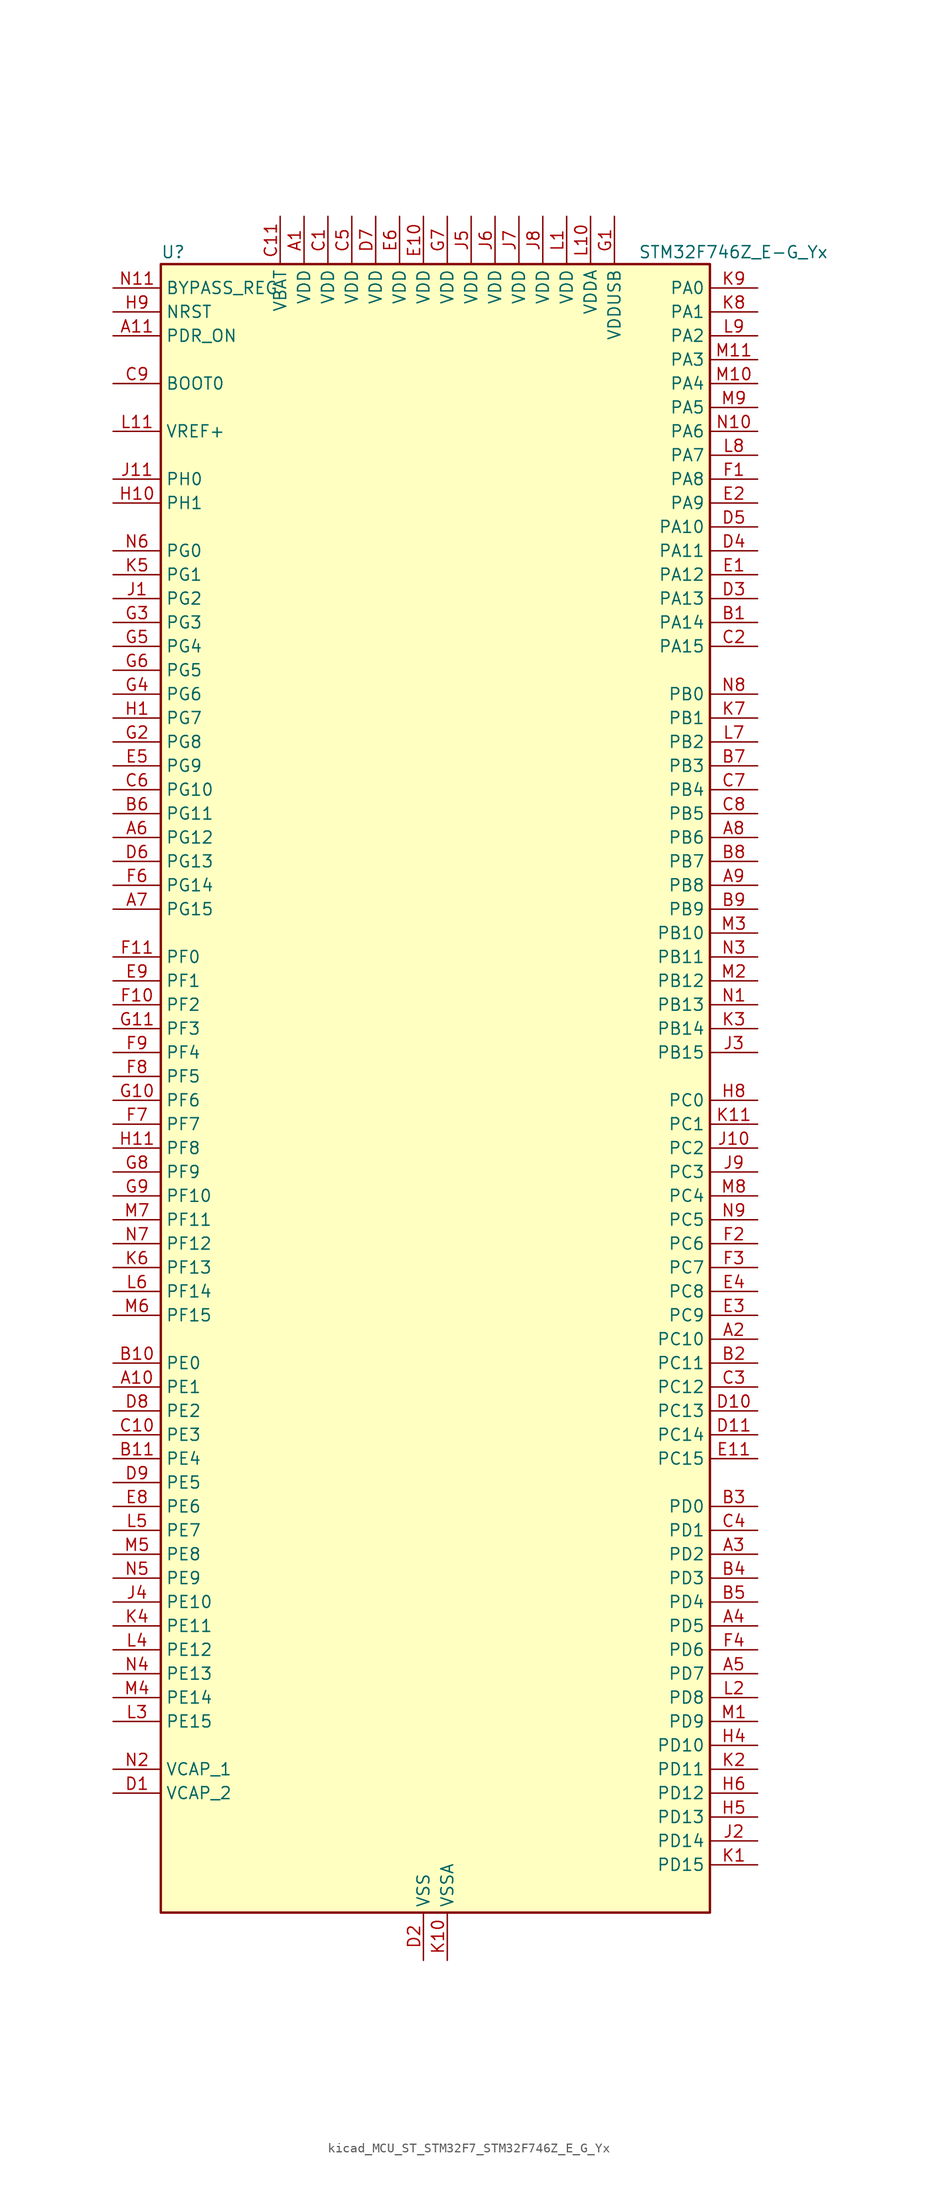
<source format=kicad_sym>
(kicad_symbol_lib
  (version 20220914)
  (generator kicad_symbol_editor)
  (symbol "kicad_MCU_ST_STM32F7_STM32F746Z_E_G_Yx"
    (property "Reference" "U"
      (at -27.94 90.17 0)
      (effects (font (size 1.27 1.27)) (justify left)))
    (property "Value" "STM32F746Z_E-G_Yx"
      (at 22.86 90.17 0)
      (effects (font (size 1.27 1.27)) (justify left)))
    (property "ki_locked" ""
      (at 0 0 0)
      (effects (font (size 1.27 1.27))))
    (symbol "kicad_MCU_ST_STM32F7_STM32F746Z_E_G_Yx_0_1"
      (rectangle (start -27.94 -86.36) (end 30.48 88.9) (stroke (width 0.254) (type default)) (fill (type background))))
    (symbol "kicad_MCU_ST_STM32F7_STM32F746Z_E_G_Yx_1_1"
      (pin power_in line (at -12.7 93.98 270) (length 5.08) (name "VDD" (effects (font (size 1.27 1.27)))) (number "A1" (effects (font (size 1.27 1.27)))))
      (pin bidirectional line (at -33.02 -30.48 0) (length 5.08) (name "PE1" (effects (font (size 1.27 1.27)))) (number "A10" (effects (font (size 1.27 1.27)))) (alternate "DCMI_D3" bidirectional line) (alternate "FMC_NBL1" bidirectional line) (alternate "LPTIM1_IN2" bidirectional line) (alternate "UART8_TX" bidirectional line))
      (pin input line (at -33.02 81.28 0) (length 5.08) (name "PDR_ON" (effects (font (size 1.27 1.27)))) (number "A11" (effects (font (size 1.27 1.27)))))
      (pin bidirectional line (at 35.56 -25.4 180) (length 5.08) (name "PC10" (effects (font (size 1.27 1.27)))) (number "A2" (effects (font (size 1.27 1.27)))) (alternate "DCMI_D8" bidirectional line) (alternate "I2S3_CK" bidirectional line) (alternate "LTDC_R2" bidirectional line) (alternate "QUADSPI_BK1_IO1" bidirectional line) (alternate "SDMMC1_D2" bidirectional line) (alternate "SPI3_SCK" bidirectional line) (alternate "UART4_TX" bidirectional line) (alternate "USART3_TX" bidirectional line))
      (pin bidirectional line (at 35.56 -48.26 180) (length 5.08) (name "PD2" (effects (font (size 1.27 1.27)))) (number "A3" (effects (font (size 1.27 1.27)))) (alternate "DCMI_D11" bidirectional line) (alternate "SDMMC1_CMD" bidirectional line) (alternate "SYS_TRACED2" bidirectional line) (alternate "TIM3_ETR" bidirectional line) (alternate "UART5_RX" bidirectional line))
      (pin bidirectional line (at 35.56 -55.88 180) (length 5.08) (name "PD5" (effects (font (size 1.27 1.27)))) (number "A4" (effects (font (size 1.27 1.27)))) (alternate "FMC_NWE" bidirectional line) (alternate "USART2_TX" bidirectional line))
      (pin bidirectional line (at 35.56 -60.96 180) (length 5.08) (name "PD7" (effects (font (size 1.27 1.27)))) (number "A5" (effects (font (size 1.27 1.27)))) (alternate "FMC_NE1" bidirectional line) (alternate "SPDIFRX_IN0" bidirectional line) (alternate "USART2_CK" bidirectional line))
      (pin bidirectional line (at -33.02 27.94 0) (length 5.08) (name "PG12" (effects (font (size 1.27 1.27)))) (number "A6" (effects (font (size 1.27 1.27)))) (alternate "FMC_NE4" bidirectional line) (alternate "LPTIM1_IN1" bidirectional line) (alternate "LTDC_B1" bidirectional line) (alternate "LTDC_B4" bidirectional line) (alternate "SPDIFRX_IN1" bidirectional line) (alternate "SPI6_MISO" bidirectional line) (alternate "USART6_DE" bidirectional line) (alternate "USART6_RTS" bidirectional line))
      (pin bidirectional line (at -33.02 20.32 0) (length 5.08) (name "PG15" (effects (font (size 1.27 1.27)))) (number "A7" (effects (font (size 1.27 1.27)))) (alternate "DCMI_D13" bidirectional line) (alternate "FMC_SDNCAS" bidirectional line) (alternate "USART6_CTS" bidirectional line))
      (pin bidirectional line (at 35.56 27.94 180) (length 5.08) (name "PB6" (effects (font (size 1.27 1.27)))) (number "A8" (effects (font (size 1.27 1.27)))) (alternate "CAN2_TX" bidirectional line) (alternate "CEC" bidirectional line) (alternate "DCMI_D5" bidirectional line) (alternate "FMC_SDNE1" bidirectional line) (alternate "I2C1_SCL" bidirectional line) (alternate "QUADSPI_BK1_NCS" bidirectional line) (alternate "TIM4_CH1" bidirectional line) (alternate "USART1_TX" bidirectional line))
      (pin bidirectional line (at 35.56 22.86 180) (length 5.08) (name "PB8" (effects (font (size 1.27 1.27)))) (number "A9" (effects (font (size 1.27 1.27)))) (alternate "CAN1_RX" bidirectional line) (alternate "DCMI_D6" bidirectional line) (alternate "ETH_TXD3" bidirectional line) (alternate "I2C1_SCL" bidirectional line) (alternate "LTDC_B6" bidirectional line) (alternate "SDMMC1_D4" bidirectional line) (alternate "TIM10_CH1" bidirectional line) (alternate "TIM4_CH3" bidirectional line))
      (pin bidirectional line (at 35.56 50.8 180) (length 5.08) (name "PA14" (effects (font (size 1.27 1.27)))) (number "B1" (effects (font (size 1.27 1.27)))) (alternate "SYS_JTCK-SWCLK" bidirectional line))
      (pin bidirectional line (at -33.02 -27.94 0) (length 5.08) (name "PE0" (effects (font (size 1.27 1.27)))) (number "B10" (effects (font (size 1.27 1.27)))) (alternate "DCMI_D2" bidirectional line) (alternate "FMC_NBL0" bidirectional line) (alternate "LPTIM1_ETR" bidirectional line) (alternate "SAI2_MCLK_A" bidirectional line) (alternate "TIM4_ETR" bidirectional line) (alternate "UART8_RX" bidirectional line))
      (pin bidirectional line (at -33.02 -38.1 0) (length 5.08) (name "PE4" (effects (font (size 1.27 1.27)))) (number "B11" (effects (font (size 1.27 1.27)))) (alternate "DCMI_D4" bidirectional line) (alternate "FMC_A20" bidirectional line) (alternate "LTDC_B0" bidirectional line) (alternate "SAI1_FS_A" bidirectional line) (alternate "SPI4_NSS" bidirectional line) (alternate "SYS_TRACED1" bidirectional line))
      (pin bidirectional line (at 35.56 -27.94 180) (length 5.08) (name "PC11" (effects (font (size 1.27 1.27)))) (number "B2" (effects (font (size 1.27 1.27)))) (alternate "ADC1_EXTI11" bidirectional line) (alternate "ADC2_EXTI11" bidirectional line) (alternate "ADC3_EXTI11" bidirectional line) (alternate "DCMI_D4" bidirectional line) (alternate "QUADSPI_BK2_NCS" bidirectional line) (alternate "SDMMC1_D3" bidirectional line) (alternate "SPI3_MISO" bidirectional line) (alternate "UART4_RX" bidirectional line) (alternate "USART3_RX" bidirectional line))
      (pin bidirectional line (at 35.56 -43.18 180) (length 5.08) (name "PD0" (effects (font (size 1.27 1.27)))) (number "B3" (effects (font (size 1.27 1.27)))) (alternate "CAN1_RX" bidirectional line) (alternate "FMC_D2" bidirectional line) (alternate "FMC_DA2" bidirectional line))
      (pin bidirectional line (at 35.56 -50.8 180) (length 5.08) (name "PD3" (effects (font (size 1.27 1.27)))) (number "B4" (effects (font (size 1.27 1.27)))) (alternate "DCMI_D5" bidirectional line) (alternate "FMC_CLK" bidirectional line) (alternate "I2S2_CK" bidirectional line) (alternate "LTDC_G7" bidirectional line) (alternate "SPI2_SCK" bidirectional line) (alternate "USART2_CTS" bidirectional line))
      (pin bidirectional line (at 35.56 -53.34 180) (length 5.08) (name "PD4" (effects (font (size 1.27 1.27)))) (number "B5" (effects (font (size 1.27 1.27)))) (alternate "FMC_NOE" bidirectional line) (alternate "USART2_DE" bidirectional line) (alternate "USART2_RTS" bidirectional line))
      (pin bidirectional line (at -33.02 30.48 0) (length 5.08) (name "PG11" (effects (font (size 1.27 1.27)))) (number "B6" (effects (font (size 1.27 1.27)))) (alternate "ADC1_EXTI11" bidirectional line) (alternate "ADC2_EXTI11" bidirectional line) (alternate "ADC3_EXTI11" bidirectional line) (alternate "DCMI_D3" bidirectional line) (alternate "ETH_TX_EN" bidirectional line) (alternate "LTDC_B3" bidirectional line) (alternate "SPDIFRX_IN0" bidirectional line))
      (pin bidirectional line (at 35.56 35.56 180) (length 5.08) (name "PB3" (effects (font (size 1.27 1.27)))) (number "B7" (effects (font (size 1.27 1.27)))) (alternate "I2S1_CK" bidirectional line) (alternate "I2S3_CK" bidirectional line) (alternate "SPI1_SCK" bidirectional line) (alternate "SPI3_SCK" bidirectional line) (alternate "SYS_JTDO-SWO" bidirectional line) (alternate "TIM2_CH2" bidirectional line))
      (pin bidirectional line (at 35.56 25.4 180) (length 5.08) (name "PB7" (effects (font (size 1.27 1.27)))) (number "B8" (effects (font (size 1.27 1.27)))) (alternate "DCMI_VSYNC" bidirectional line) (alternate "FMC_NL" bidirectional line) (alternate "I2C1_SDA" bidirectional line) (alternate "TIM4_CH2" bidirectional line) (alternate "USART1_RX" bidirectional line))
      (pin bidirectional line (at 35.56 20.32 180) (length 5.08) (name "PB9" (effects (font (size 1.27 1.27)))) (number "B9" (effects (font (size 1.27 1.27)))) (alternate "CAN1_TX" bidirectional line) (alternate "DAC_EXTI9" bidirectional line) (alternate "DCMI_D7" bidirectional line) (alternate "I2C1_SDA" bidirectional line) (alternate "I2S2_WS" bidirectional line) (alternate "LTDC_B7" bidirectional line) (alternate "SDMMC1_D5" bidirectional line) (alternate "SPI2_NSS" bidirectional line) (alternate "TIM11_CH1" bidirectional line) (alternate "TIM4_CH4" bidirectional line))
      (pin power_in line (at -10.16 93.98 270) (length 5.08) (name "VDD" (effects (font (size 1.27 1.27)))) (number "C1" (effects (font (size 1.27 1.27)))))
      (pin bidirectional line (at -33.02 -35.56 0) (length 5.08) (name "PE3" (effects (font (size 1.27 1.27)))) (number "C10" (effects (font (size 1.27 1.27)))) (alternate "FMC_A19" bidirectional line) (alternate "SAI1_SD_B" bidirectional line) (alternate "SYS_TRACED0" bidirectional line))
      (pin power_in line (at -15.24 93.98 270) (length 5.08) (name "VBAT" (effects (font (size 1.27 1.27)))) (number "C11" (effects (font (size 1.27 1.27)))))
      (pin bidirectional line (at 35.56 48.26 180) (length 5.08) (name "PA15" (effects (font (size 1.27 1.27)))) (number "C2" (effects (font (size 1.27 1.27)))) (alternate "CEC" bidirectional line) (alternate "I2S1_WS" bidirectional line) (alternate "I2S3_WS" bidirectional line) (alternate "SPI1_NSS" bidirectional line) (alternate "SPI3_NSS" bidirectional line) (alternate "SYS_JTDI" bidirectional line) (alternate "TIM2_CH1" bidirectional line) (alternate "TIM2_ETR" bidirectional line) (alternate "UART4_DE" bidirectional line) (alternate "UART4_RTS" bidirectional line))
      (pin bidirectional line (at 35.56 -30.48 180) (length 5.08) (name "PC12" (effects (font (size 1.27 1.27)))) (number "C3" (effects (font (size 1.27 1.27)))) (alternate "DCMI_D9" bidirectional line) (alternate "I2S3_SD" bidirectional line) (alternate "SDMMC1_CK" bidirectional line) (alternate "SPI3_MOSI" bidirectional line) (alternate "SYS_TRACED3" bidirectional line) (alternate "UART5_TX" bidirectional line) (alternate "USART3_CK" bidirectional line))
      (pin bidirectional line (at 35.56 -45.72 180) (length 5.08) (name "PD1" (effects (font (size 1.27 1.27)))) (number "C4" (effects (font (size 1.27 1.27)))) (alternate "CAN1_TX" bidirectional line) (alternate "FMC_D3" bidirectional line) (alternate "FMC_DA3" bidirectional line))
      (pin power_in line (at -7.62 93.98 270) (length 5.08) (name "VDD" (effects (font (size 1.27 1.27)))) (number "C5" (effects (font (size 1.27 1.27)))))
      (pin bidirectional line (at -33.02 33.02 0) (length 5.08) (name "PG10" (effects (font (size 1.27 1.27)))) (number "C6" (effects (font (size 1.27 1.27)))) (alternate "DCMI_D2" bidirectional line) (alternate "FMC_NE3" bidirectional line) (alternate "LTDC_B2" bidirectional line) (alternate "LTDC_G3" bidirectional line) (alternate "SAI2_SD_B" bidirectional line))
      (pin bidirectional line (at 35.56 33.02 180) (length 5.08) (name "PB4" (effects (font (size 1.27 1.27)))) (number "C7" (effects (font (size 1.27 1.27)))) (alternate "I2S2_WS" bidirectional line) (alternate "SPI1_MISO" bidirectional line) (alternate "SPI2_NSS" bidirectional line) (alternate "SPI3_MISO" bidirectional line) (alternate "SYS_JTRST" bidirectional line) (alternate "TIM3_CH1" bidirectional line))
      (pin bidirectional line (at 35.56 30.48 180) (length 5.08) (name "PB5" (effects (font (size 1.27 1.27)))) (number "C8" (effects (font (size 1.27 1.27)))) (alternate "CAN2_RX" bidirectional line) (alternate "DCMI_D10" bidirectional line) (alternate "ETH_PPS_OUT" bidirectional line) (alternate "FMC_SDCKE1" bidirectional line) (alternate "I2C1_SMBA" bidirectional line) (alternate "I2S1_SD" bidirectional line) (alternate "I2S3_SD" bidirectional line) (alternate "SPI1_MOSI" bidirectional line) (alternate "SPI3_MOSI" bidirectional line) (alternate "TIM3_CH2" bidirectional line) (alternate "USB_OTG_HS_ULPI_D7" bidirectional line))
      (pin input line (at -33.02 76.2 0) (length 5.08) (name "BOOT0" (effects (font (size 1.27 1.27)))) (number "C9" (effects (font (size 1.27 1.27)))))
      (pin power_out line (at -33.02 -73.66 0) (length 5.08) (name "VCAP_2" (effects (font (size 1.27 1.27)))) (number "D1" (effects (font (size 1.27 1.27)))))
      (pin bidirectional line (at 35.56 -33.02 180) (length 5.08) (name "PC13" (effects (font (size 1.27 1.27)))) (number "D10" (effects (font (size 1.27 1.27)))) (alternate "RTC_OUT" bidirectional line) (alternate "RTC_TAMP1" bidirectional line) (alternate "RTC_TS" bidirectional line) (alternate "SYS_WKUP4" bidirectional line))
      (pin bidirectional line (at 35.56 -35.56 180) (length 5.08) (name "PC14" (effects (font (size 1.27 1.27)))) (number "D11" (effects (font (size 1.27 1.27)))) (alternate "RCC_OSC32_IN" bidirectional line))
      (pin power_in line (at 0 -91.44 90) (length 5.08) (name "VSS" (effects (font (size 1.27 1.27)))) (number "D2" (effects (font (size 1.27 1.27)))))
      (pin bidirectional line (at 35.56 53.34 180) (length 5.08) (name "PA13" (effects (font (size 1.27 1.27)))) (number "D3" (effects (font (size 1.27 1.27)))) (alternate "SYS_JTMS-SWDIO" bidirectional line))
      (pin bidirectional line (at 35.56 58.42 180) (length 5.08) (name "PA11" (effects (font (size 1.27 1.27)))) (number "D4" (effects (font (size 1.27 1.27)))) (alternate "ADC1_EXTI11" bidirectional line) (alternate "ADC2_EXTI11" bidirectional line) (alternate "ADC3_EXTI11" bidirectional line) (alternate "CAN1_RX" bidirectional line) (alternate "LTDC_R4" bidirectional line) (alternate "TIM1_CH4" bidirectional line) (alternate "USART1_CTS" bidirectional line) (alternate "USB_OTG_FS_DM" bidirectional line))
      (pin bidirectional line (at 35.56 60.96 180) (length 5.08) (name "PA10" (effects (font (size 1.27 1.27)))) (number "D5" (effects (font (size 1.27 1.27)))) (alternate "DCMI_D1" bidirectional line) (alternate "TIM1_CH3" bidirectional line) (alternate "USART1_RX" bidirectional line) (alternate "USB_OTG_FS_ID" bidirectional line))
      (pin bidirectional line (at -33.02 25.4 0) (length 5.08) (name "PG13" (effects (font (size 1.27 1.27)))) (number "D6" (effects (font (size 1.27 1.27)))) (alternate "ETH_TXD0" bidirectional line) (alternate "FMC_A24" bidirectional line) (alternate "LPTIM1_OUT" bidirectional line) (alternate "LTDC_R0" bidirectional line) (alternate "SPI6_SCK" bidirectional line) (alternate "SYS_TRACED0" bidirectional line) (alternate "USART6_CTS" bidirectional line))
      (pin power_in line (at -5.08 93.98 270) (length 5.08) (name "VDD" (effects (font (size 1.27 1.27)))) (number "D7" (effects (font (size 1.27 1.27)))))
      (pin bidirectional line (at -33.02 -33.02 0) (length 5.08) (name "PE2" (effects (font (size 1.27 1.27)))) (number "D8" (effects (font (size 1.27 1.27)))) (alternate "ETH_TXD3" bidirectional line) (alternate "FMC_A23" bidirectional line) (alternate "QUADSPI_BK1_IO2" bidirectional line) (alternate "SAI1_MCLK_A" bidirectional line) (alternate "SPI4_SCK" bidirectional line) (alternate "SYS_TRACECLK" bidirectional line))
      (pin bidirectional line (at -33.02 -40.64 0) (length 5.08) (name "PE5" (effects (font (size 1.27 1.27)))) (number "D9" (effects (font (size 1.27 1.27)))) (alternate "DCMI_D6" bidirectional line) (alternate "FMC_A21" bidirectional line) (alternate "LTDC_G0" bidirectional line) (alternate "SAI1_SCK_A" bidirectional line) (alternate "SPI4_MISO" bidirectional line) (alternate "SYS_TRACED2" bidirectional line) (alternate "TIM9_CH1" bidirectional line))
      (pin bidirectional line (at 35.56 55.88 180) (length 5.08) (name "PA12" (effects (font (size 1.27 1.27)))) (number "E1" (effects (font (size 1.27 1.27)))) (alternate "CAN1_TX" bidirectional line) (alternate "LTDC_R5" bidirectional line) (alternate "SAI2_FS_B" bidirectional line) (alternate "TIM1_ETR" bidirectional line) (alternate "USART1_DE" bidirectional line) (alternate "USART1_RTS" bidirectional line) (alternate "USB_OTG_FS_DP" bidirectional line))
      (pin power_in line (at 0 93.98 270) (length 5.08) (name "VDD" (effects (font (size 1.27 1.27)))) (number "E10" (effects (font (size 1.27 1.27)))))
      (pin bidirectional line (at 35.56 -38.1 180) (length 5.08) (name "PC15" (effects (font (size 1.27 1.27)))) (number "E11" (effects (font (size 1.27 1.27)))) (alternate "RCC_OSC32_OUT" bidirectional line))
      (pin bidirectional line (at 35.56 63.5 180) (length 5.08) (name "PA9" (effects (font (size 1.27 1.27)))) (number "E2" (effects (font (size 1.27 1.27)))) (alternate "DAC_EXTI9" bidirectional line) (alternate "DCMI_D0" bidirectional line) (alternate "I2C3_SMBA" bidirectional line) (alternate "I2S2_CK" bidirectional line) (alternate "SPI2_SCK" bidirectional line) (alternate "TIM1_CH2" bidirectional line) (alternate "USART1_TX" bidirectional line) (alternate "USB_OTG_FS_VBUS" bidirectional line))
      (pin bidirectional line (at 35.56 -22.86 180) (length 5.08) (name "PC9" (effects (font (size 1.27 1.27)))) (number "E3" (effects (font (size 1.27 1.27)))) (alternate "DAC_EXTI9" bidirectional line) (alternate "DCMI_D3" bidirectional line) (alternate "I2C3_SDA" bidirectional line) (alternate "I2S_CKIN" bidirectional line) (alternate "QUADSPI_BK1_IO0" bidirectional line) (alternate "RCC_MCO_2" bidirectional line) (alternate "SDMMC1_D1" bidirectional line) (alternate "TIM3_CH4" bidirectional line) (alternate "TIM8_CH4" bidirectional line) (alternate "UART5_CTS" bidirectional line))
      (pin bidirectional line (at 35.56 -20.32 180) (length 5.08) (name "PC8" (effects (font (size 1.27 1.27)))) (number "E4" (effects (font (size 1.27 1.27)))) (alternate "DCMI_D2" bidirectional line) (alternate "SDMMC1_D0" bidirectional line) (alternate "SYS_TRACED1" bidirectional line) (alternate "TIM3_CH3" bidirectional line) (alternate "TIM8_CH3" bidirectional line) (alternate "UART5_DE" bidirectional line) (alternate "UART5_RTS" bidirectional line) (alternate "USART6_CK" bidirectional line))
      (pin bidirectional line (at -33.02 35.56 0) (length 5.08) (name "PG9" (effects (font (size 1.27 1.27)))) (number "E5" (effects (font (size 1.27 1.27)))) (alternate "DAC_EXTI9" bidirectional line) (alternate "DCMI_VSYNC" bidirectional line) (alternate "FMC_NCE" bidirectional line) (alternate "FMC_NE2" bidirectional line) (alternate "QUADSPI_BK2_IO2" bidirectional line) (alternate "SAI2_FS_B" bidirectional line) (alternate "SPDIFRX_IN3" bidirectional line) (alternate "USART6_RX" bidirectional line))
      (pin power_in line (at -2.54 93.98 270) (length 5.08) (name "VDD" (effects (font (size 1.27 1.27)))) (number "E6" (effects (font (size 1.27 1.27)))))
      (pin passive line (at 0 -91.44 90) (length 5.08) hide (name "VSS" (effects (font (size 1.27 1.27)))) (number "E7" (effects (font (size 1.27 1.27)))))
      (pin bidirectional line (at -33.02 -43.18 0) (length 5.08) (name "PE6" (effects (font (size 1.27 1.27)))) (number "E8" (effects (font (size 1.27 1.27)))) (alternate "DCMI_D7" bidirectional line) (alternate "FMC_A22" bidirectional line) (alternate "LTDC_G1" bidirectional line) (alternate "SAI1_SD_A" bidirectional line) (alternate "SAI2_MCLK_B" bidirectional line) (alternate "SPI4_MOSI" bidirectional line) (alternate "SYS_TRACED3" bidirectional line) (alternate "TIM1_BKIN2" bidirectional line) (alternate "TIM9_CH2" bidirectional line))
      (pin bidirectional line (at -33.02 12.7 0) (length 5.08) (name "PF1" (effects (font (size 1.27 1.27)))) (number "E9" (effects (font (size 1.27 1.27)))) (alternate "FMC_A1" bidirectional line) (alternate "I2C2_SCL" bidirectional line))
      (pin bidirectional line (at 35.56 66.04 180) (length 5.08) (name "PA8" (effects (font (size 1.27 1.27)))) (number "F1" (effects (font (size 1.27 1.27)))) (alternate "I2C3_SCL" bidirectional line) (alternate "LTDC_R6" bidirectional line) (alternate "RCC_MCO_1" bidirectional line) (alternate "TIM1_CH1" bidirectional line) (alternate "TIM8_BKIN2" bidirectional line) (alternate "USART1_CK" bidirectional line) (alternate "USB_OTG_FS_SOF" bidirectional line))
      (pin bidirectional line (at -33.02 10.16 0) (length 5.08) (name "PF2" (effects (font (size 1.27 1.27)))) (number "F10" (effects (font (size 1.27 1.27)))) (alternate "FMC_A2" bidirectional line) (alternate "I2C2_SMBA" bidirectional line))
      (pin bidirectional line (at -33.02 15.24 0) (length 5.08) (name "PF0" (effects (font (size 1.27 1.27)))) (number "F11" (effects (font (size 1.27 1.27)))) (alternate "FMC_A0" bidirectional line) (alternate "I2C2_SDA" bidirectional line))
      (pin bidirectional line (at 35.56 -15.24 180) (length 5.08) (name "PC6" (effects (font (size 1.27 1.27)))) (number "F2" (effects (font (size 1.27 1.27)))) (alternate "DCMI_D0" bidirectional line) (alternate "I2S2_MCK" bidirectional line) (alternate "LTDC_HSYNC" bidirectional line) (alternate "SDMMC1_D6" bidirectional line) (alternate "TIM3_CH1" bidirectional line) (alternate "TIM8_CH1" bidirectional line) (alternate "USART6_TX" bidirectional line))
      (pin bidirectional line (at 35.56 -17.78 180) (length 5.08) (name "PC7" (effects (font (size 1.27 1.27)))) (number "F3" (effects (font (size 1.27 1.27)))) (alternate "DCMI_D1" bidirectional line) (alternate "I2S3_MCK" bidirectional line) (alternate "LTDC_G6" bidirectional line) (alternate "SDMMC1_D7" bidirectional line) (alternate "TIM3_CH2" bidirectional line) (alternate "TIM8_CH2" bidirectional line) (alternate "USART6_RX" bidirectional line))
      (pin bidirectional line (at 35.56 -58.42 180) (length 5.08) (name "PD6" (effects (font (size 1.27 1.27)))) (number "F4" (effects (font (size 1.27 1.27)))) (alternate "DCMI_D10" bidirectional line) (alternate "FMC_NWAIT" bidirectional line) (alternate "I2S3_SD" bidirectional line) (alternate "LTDC_B2" bidirectional line) (alternate "SAI1_SD_A" bidirectional line) (alternate "SPI3_MOSI" bidirectional line) (alternate "USART2_RX" bidirectional line))
      (pin passive line (at 0 -91.44 90) (length 5.08) hide (name "VSS" (effects (font (size 1.27 1.27)))) (number "F5" (effects (font (size 1.27 1.27)))))
      (pin bidirectional line (at -33.02 22.86 0) (length 5.08) (name "PG14" (effects (font (size 1.27 1.27)))) (number "F6" (effects (font (size 1.27 1.27)))) (alternate "ETH_TXD1" bidirectional line) (alternate "FMC_A25" bidirectional line) (alternate "LPTIM1_ETR" bidirectional line) (alternate "LTDC_B0" bidirectional line) (alternate "QUADSPI_BK2_IO3" bidirectional line) (alternate "SPI6_MOSI" bidirectional line) (alternate "SYS_TRACED1" bidirectional line) (alternate "USART6_TX" bidirectional line))
      (pin bidirectional line (at -33.02 -2.54 0) (length 5.08) (name "PF7" (effects (font (size 1.27 1.27)))) (number "F7" (effects (font (size 1.27 1.27)))) (alternate "ADC3_IN5" bidirectional line) (alternate "QUADSPI_BK1_IO2" bidirectional line) (alternate "SAI1_MCLK_B" bidirectional line) (alternate "SPI5_SCK" bidirectional line) (alternate "TIM11_CH1" bidirectional line) (alternate "UART7_TX" bidirectional line))
      (pin bidirectional line (at -33.02 2.54 0) (length 5.08) (name "PF5" (effects (font (size 1.27 1.27)))) (number "F8" (effects (font (size 1.27 1.27)))) (alternate "ADC3_IN15" bidirectional line) (alternate "FMC_A5" bidirectional line))
      (pin bidirectional line (at -33.02 5.08 0) (length 5.08) (name "PF4" (effects (font (size 1.27 1.27)))) (number "F9" (effects (font (size 1.27 1.27)))) (alternate "ADC3_IN14" bidirectional line) (alternate "FMC_A4" bidirectional line))
      (pin power_in line (at 20.32 93.98 270) (length 5.08) (name "VDDUSB" (effects (font (size 1.27 1.27)))) (number "G1" (effects (font (size 1.27 1.27)))))
      (pin bidirectional line (at -33.02 0 0) (length 5.08) (name "PF6" (effects (font (size 1.27 1.27)))) (number "G10" (effects (font (size 1.27 1.27)))) (alternate "ADC3_IN4" bidirectional line) (alternate "QUADSPI_BK1_IO3" bidirectional line) (alternate "SAI1_SD_B" bidirectional line) (alternate "SPI5_NSS" bidirectional line) (alternate "TIM10_CH1" bidirectional line) (alternate "UART7_RX" bidirectional line))
      (pin bidirectional line (at -33.02 7.62 0) (length 5.08) (name "PF3" (effects (font (size 1.27 1.27)))) (number "G11" (effects (font (size 1.27 1.27)))) (alternate "ADC3_IN9" bidirectional line) (alternate "FMC_A3" bidirectional line))
      (pin bidirectional line (at -33.02 38.1 0) (length 5.08) (name "PG8" (effects (font (size 1.27 1.27)))) (number "G2" (effects (font (size 1.27 1.27)))) (alternate "ETH_PPS_OUT" bidirectional line) (alternate "FMC_SDCLK" bidirectional line) (alternate "SPDIFRX_IN2" bidirectional line) (alternate "SPI6_NSS" bidirectional line) (alternate "USART6_DE" bidirectional line) (alternate "USART6_RTS" bidirectional line))
      (pin bidirectional line (at -33.02 50.8 0) (length 5.08) (name "PG3" (effects (font (size 1.27 1.27)))) (number "G3" (effects (font (size 1.27 1.27)))) (alternate "FMC_A13" bidirectional line))
      (pin bidirectional line (at -33.02 43.18 0) (length 5.08) (name "PG6" (effects (font (size 1.27 1.27)))) (number "G4" (effects (font (size 1.27 1.27)))) (alternate "DCMI_D12" bidirectional line) (alternate "LTDC_R7" bidirectional line))
      (pin bidirectional line (at -33.02 48.26 0) (length 5.08) (name "PG4" (effects (font (size 1.27 1.27)))) (number "G5" (effects (font (size 1.27 1.27)))) (alternate "FMC_A14" bidirectional line) (alternate "FMC_BA0" bidirectional line))
      (pin bidirectional line (at -33.02 45.72 0) (length 5.08) (name "PG5" (effects (font (size 1.27 1.27)))) (number "G6" (effects (font (size 1.27 1.27)))) (alternate "FMC_A15" bidirectional line) (alternate "FMC_BA1" bidirectional line))
      (pin power_in line (at 2.54 93.98 270) (length 5.08) (name "VDD" (effects (font (size 1.27 1.27)))) (number "G7" (effects (font (size 1.27 1.27)))))
      (pin bidirectional line (at -33.02 -7.62 0) (length 5.08) (name "PF9" (effects (font (size 1.27 1.27)))) (number "G8" (effects (font (size 1.27 1.27)))) (alternate "ADC3_IN7" bidirectional line) (alternate "DAC_EXTI9" bidirectional line) (alternate "QUADSPI_BK1_IO1" bidirectional line) (alternate "SAI1_FS_B" bidirectional line) (alternate "SPI5_MOSI" bidirectional line) (alternate "TIM14_CH1" bidirectional line) (alternate "UART7_CTS" bidirectional line))
      (pin bidirectional line (at -33.02 -10.16 0) (length 5.08) (name "PF10" (effects (font (size 1.27 1.27)))) (number "G9" (effects (font (size 1.27 1.27)))) (alternate "ADC3_IN8" bidirectional line) (alternate "DCMI_D11" bidirectional line) (alternate "LTDC_DE" bidirectional line))
      (pin bidirectional line (at -33.02 40.64 0) (length 5.08) (name "PG7" (effects (font (size 1.27 1.27)))) (number "H1" (effects (font (size 1.27 1.27)))) (alternate "DCMI_D13" bidirectional line) (alternate "FMC_INT" bidirectional line) (alternate "LTDC_CLK" bidirectional line) (alternate "USART6_CK" bidirectional line))
      (pin bidirectional line (at -33.02 63.5 0) (length 5.08) (name "PH1" (effects (font (size 1.27 1.27)))) (number "H10" (effects (font (size 1.27 1.27)))) (alternate "RCC_OSC_OUT" bidirectional line))
      (pin bidirectional line (at -33.02 -5.08 0) (length 5.08) (name "PF8" (effects (font (size 1.27 1.27)))) (number "H11" (effects (font (size 1.27 1.27)))) (alternate "ADC3_IN6" bidirectional line) (alternate "QUADSPI_BK1_IO0" bidirectional line) (alternate "SAI1_SCK_B" bidirectional line) (alternate "SPI5_MISO" bidirectional line) (alternate "TIM13_CH1" bidirectional line) (alternate "UART7_DE" bidirectional line) (alternate "UART7_RTS" bidirectional line))
      (pin passive line (at 0 -91.44 90) (length 5.08) hide (name "VSS" (effects (font (size 1.27 1.27)))) (number "H2" (effects (font (size 1.27 1.27)))))
      (pin passive line (at 0 -91.44 90) (length 5.08) hide (name "VSS" (effects (font (size 1.27 1.27)))) (number "H3" (effects (font (size 1.27 1.27)))))
      (pin bidirectional line (at 35.56 -68.58 180) (length 5.08) (name "PD10" (effects (font (size 1.27 1.27)))) (number "H4" (effects (font (size 1.27 1.27)))) (alternate "FMC_D15" bidirectional line) (alternate "FMC_DA15" bidirectional line) (alternate "LTDC_B3" bidirectional line) (alternate "USART3_CK" bidirectional line))
      (pin bidirectional line (at 35.56 -76.2 180) (length 5.08) (name "PD13" (effects (font (size 1.27 1.27)))) (number "H5" (effects (font (size 1.27 1.27)))) (alternate "FMC_A18" bidirectional line) (alternate "I2C4_SDA" bidirectional line) (alternate "LPTIM1_OUT" bidirectional line) (alternate "QUADSPI_BK1_IO3" bidirectional line) (alternate "SAI2_SCK_A" bidirectional line) (alternate "TIM4_CH2" bidirectional line))
      (pin bidirectional line (at 35.56 -73.66 180) (length 5.08) (name "PD12" (effects (font (size 1.27 1.27)))) (number "H6" (effects (font (size 1.27 1.27)))) (alternate "FMC_A17" bidirectional line) (alternate "FMC_ALE" bidirectional line) (alternate "I2C4_SCL" bidirectional line) (alternate "LPTIM1_IN1" bidirectional line) (alternate "QUADSPI_BK1_IO1" bidirectional line) (alternate "SAI2_FS_A" bidirectional line) (alternate "TIM4_CH1" bidirectional line) (alternate "USART3_DE" bidirectional line) (alternate "USART3_RTS" bidirectional line))
      (pin passive line (at 0 -91.44 90) (length 5.08) hide (name "VSS" (effects (font (size 1.27 1.27)))) (number "H7" (effects (font (size 1.27 1.27)))))
      (pin bidirectional line (at 35.56 0 180) (length 5.08) (name "PC0" (effects (font (size 1.27 1.27)))) (number "H8" (effects (font (size 1.27 1.27)))) (alternate "ADC1_IN10" bidirectional line) (alternate "ADC2_IN10" bidirectional line) (alternate "ADC3_IN10" bidirectional line) (alternate "FMC_SDNWE" bidirectional line) (alternate "LTDC_R5" bidirectional line) (alternate "SAI2_FS_B" bidirectional line) (alternate "USB_OTG_HS_ULPI_STP" bidirectional line))
      (pin input line (at -33.02 83.82 0) (length 5.08) (name "NRST" (effects (font (size 1.27 1.27)))) (number "H9" (effects (font (size 1.27 1.27)))))
      (pin bidirectional line (at -33.02 53.34 0) (length 5.08) (name "PG2" (effects (font (size 1.27 1.27)))) (number "J1" (effects (font (size 1.27 1.27)))) (alternate "FMC_A12" bidirectional line))
      (pin bidirectional line (at 35.56 -5.08 180) (length 5.08) (name "PC2" (effects (font (size 1.27 1.27)))) (number "J10" (effects (font (size 1.27 1.27)))) (alternate "ADC1_IN12" bidirectional line) (alternate "ADC2_IN12" bidirectional line) (alternate "ADC3_IN12" bidirectional line) (alternate "ETH_TXD2" bidirectional line) (alternate "FMC_SDNE0" bidirectional line) (alternate "SPI2_MISO" bidirectional line) (alternate "USB_OTG_HS_ULPI_DIR" bidirectional line))
      (pin bidirectional line (at -33.02 66.04 0) (length 5.08) (name "PH0" (effects (font (size 1.27 1.27)))) (number "J11" (effects (font (size 1.27 1.27)))) (alternate "RCC_OSC_IN" bidirectional line))
      (pin bidirectional line (at 35.56 -78.74 180) (length 5.08) (name "PD14" (effects (font (size 1.27 1.27)))) (number "J2" (effects (font (size 1.27 1.27)))) (alternate "FMC_D0" bidirectional line) (alternate "FMC_DA0" bidirectional line) (alternate "TIM4_CH3" bidirectional line) (alternate "UART8_CTS" bidirectional line))
      (pin bidirectional line (at 35.56 5.08 180) (length 5.08) (name "PB15" (effects (font (size 1.27 1.27)))) (number "J3" (effects (font (size 1.27 1.27)))) (alternate "I2S2_SD" bidirectional line) (alternate "RTC_REFIN" bidirectional line) (alternate "SPI2_MOSI" bidirectional line) (alternate "TIM12_CH2" bidirectional line) (alternate "TIM1_CH3N" bidirectional line) (alternate "TIM8_CH3N" bidirectional line) (alternate "USB_OTG_HS_DP" bidirectional line))
      (pin bidirectional line (at -33.02 -53.34 0) (length 5.08) (name "PE10" (effects (font (size 1.27 1.27)))) (number "J4" (effects (font (size 1.27 1.27)))) (alternate "FMC_D7" bidirectional line) (alternate "FMC_DA7" bidirectional line) (alternate "QUADSPI_BK2_IO3" bidirectional line) (alternate "TIM1_CH2N" bidirectional line) (alternate "UART7_CTS" bidirectional line))
      (pin power_in line (at 5.08 93.98 270) (length 5.08) (name "VDD" (effects (font (size 1.27 1.27)))) (number "J5" (effects (font (size 1.27 1.27)))))
      (pin power_in line (at 7.62 93.98 270) (length 5.08) (name "VDD" (effects (font (size 1.27 1.27)))) (number "J6" (effects (font (size 1.27 1.27)))))
      (pin power_in line (at 10.16 93.98 270) (length 5.08) (name "VDD" (effects (font (size 1.27 1.27)))) (number "J7" (effects (font (size 1.27 1.27)))))
      (pin power_in line (at 12.7 93.98 270) (length 5.08) (name "VDD" (effects (font (size 1.27 1.27)))) (number "J8" (effects (font (size 1.27 1.27)))))
      (pin bidirectional line (at 35.56 -7.62 180) (length 5.08) (name "PC3" (effects (font (size 1.27 1.27)))) (number "J9" (effects (font (size 1.27 1.27)))) (alternate "ADC1_IN13" bidirectional line) (alternate "ADC2_IN13" bidirectional line) (alternate "ADC3_IN13" bidirectional line) (alternate "ETH_TX_CLK" bidirectional line) (alternate "FMC_SDCKE0" bidirectional line) (alternate "I2S2_SD" bidirectional line) (alternate "SPI2_MOSI" bidirectional line) (alternate "USB_OTG_HS_ULPI_NXT" bidirectional line))
      (pin bidirectional line (at 35.56 -81.28 180) (length 5.08) (name "PD15" (effects (font (size 1.27 1.27)))) (number "K1" (effects (font (size 1.27 1.27)))) (alternate "FMC_D1" bidirectional line) (alternate "FMC_DA1" bidirectional line) (alternate "TIM4_CH4" bidirectional line) (alternate "UART8_DE" bidirectional line) (alternate "UART8_RTS" bidirectional line))
      (pin power_in line (at 2.54 -91.44 90) (length 5.08) (name "VSSA" (effects (font (size 1.27 1.27)))) (number "K10" (effects (font (size 1.27 1.27)))))
      (pin bidirectional line (at 35.56 -2.54 180) (length 5.08) (name "PC1" (effects (font (size 1.27 1.27)))) (number "K11" (effects (font (size 1.27 1.27)))) (alternate "ADC1_IN11" bidirectional line) (alternate "ADC2_IN11" bidirectional line) (alternate "ADC3_IN11" bidirectional line) (alternate "ETH_MDC" bidirectional line) (alternate "I2S2_SD" bidirectional line) (alternate "RTC_TAMP3" bidirectional line) (alternate "RTC_TS" bidirectional line) (alternate "SAI1_SD_A" bidirectional line) (alternate "SPI2_MOSI" bidirectional line) (alternate "SYS_TRACED0" bidirectional line) (alternate "SYS_WKUP3" bidirectional line))
      (pin bidirectional line (at 35.56 -71.12 180) (length 5.08) (name "PD11" (effects (font (size 1.27 1.27)))) (number "K2" (effects (font (size 1.27 1.27)))) (alternate "ADC1_EXTI11" bidirectional line) (alternate "ADC2_EXTI11" bidirectional line) (alternate "ADC3_EXTI11" bidirectional line) (alternate "FMC_A16" bidirectional line) (alternate "FMC_CLE" bidirectional line) (alternate "I2C4_SMBA" bidirectional line) (alternate "QUADSPI_BK1_IO0" bidirectional line) (alternate "SAI2_SD_A" bidirectional line) (alternate "USART3_CTS" bidirectional line))
      (pin bidirectional line (at 35.56 7.62 180) (length 5.08) (name "PB14" (effects (font (size 1.27 1.27)))) (number "K3" (effects (font (size 1.27 1.27)))) (alternate "SPI2_MISO" bidirectional line) (alternate "TIM12_CH1" bidirectional line) (alternate "TIM1_CH2N" bidirectional line) (alternate "TIM8_CH2N" bidirectional line) (alternate "USART3_DE" bidirectional line) (alternate "USART3_RTS" bidirectional line) (alternate "USB_OTG_HS_DM" bidirectional line))
      (pin bidirectional line (at -33.02 -55.88 0) (length 5.08) (name "PE11" (effects (font (size 1.27 1.27)))) (number "K4" (effects (font (size 1.27 1.27)))) (alternate "ADC1_EXTI11" bidirectional line) (alternate "ADC2_EXTI11" bidirectional line) (alternate "ADC3_EXTI11" bidirectional line) (alternate "FMC_D8" bidirectional line) (alternate "FMC_DA8" bidirectional line) (alternate "LTDC_G3" bidirectional line) (alternate "SAI2_SD_B" bidirectional line) (alternate "SPI4_NSS" bidirectional line) (alternate "TIM1_CH2" bidirectional line))
      (pin bidirectional line (at -33.02 55.88 0) (length 5.08) (name "PG1" (effects (font (size 1.27 1.27)))) (number "K5" (effects (font (size 1.27 1.27)))) (alternate "FMC_A11" bidirectional line))
      (pin bidirectional line (at -33.02 -17.78 0) (length 5.08) (name "PF13" (effects (font (size 1.27 1.27)))) (number "K6" (effects (font (size 1.27 1.27)))) (alternate "FMC_A7" bidirectional line) (alternate "I2C4_SMBA" bidirectional line))
      (pin bidirectional line (at 35.56 40.64 180) (length 5.08) (name "PB1" (effects (font (size 1.27 1.27)))) (number "K7" (effects (font (size 1.27 1.27)))) (alternate "ADC1_IN9" bidirectional line) (alternate "ADC2_IN9" bidirectional line) (alternate "ETH_RXD3" bidirectional line) (alternate "LTDC_R6" bidirectional line) (alternate "TIM1_CH3N" bidirectional line) (alternate "TIM3_CH4" bidirectional line) (alternate "TIM8_CH3N" bidirectional line) (alternate "USB_OTG_HS_ULPI_D2" bidirectional line))
      (pin bidirectional line (at 35.56 83.82 180) (length 5.08) (name "PA1" (effects (font (size 1.27 1.27)))) (number "K8" (effects (font (size 1.27 1.27)))) (alternate "ADC1_IN1" bidirectional line) (alternate "ADC2_IN1" bidirectional line) (alternate "ADC3_IN1" bidirectional line) (alternate "ETH_REF_CLK" bidirectional line) (alternate "ETH_RX_CLK" bidirectional line) (alternate "LTDC_R2" bidirectional line) (alternate "QUADSPI_BK1_IO3" bidirectional line) (alternate "SAI2_MCLK_B" bidirectional line) (alternate "TIM2_CH2" bidirectional line) (alternate "TIM5_CH2" bidirectional line) (alternate "UART4_RX" bidirectional line) (alternate "USART2_DE" bidirectional line) (alternate "USART2_RTS" bidirectional line))
      (pin bidirectional line (at 35.56 86.36 180) (length 5.08) (name "PA0" (effects (font (size 1.27 1.27)))) (number "K9" (effects (font (size 1.27 1.27)))) (alternate "ADC1_IN0" bidirectional line) (alternate "ADC2_IN0" bidirectional line) (alternate "ADC3_IN0" bidirectional line) (alternate "ETH_CRS" bidirectional line) (alternate "SAI2_SD_B" bidirectional line) (alternate "SYS_WKUP1" bidirectional line) (alternate "TIM2_CH1" bidirectional line) (alternate "TIM2_ETR" bidirectional line) (alternate "TIM5_CH1" bidirectional line) (alternate "TIM8_ETR" bidirectional line) (alternate "UART4_TX" bidirectional line) (alternate "USART2_CTS" bidirectional line))
      (pin power_in line (at 15.24 93.98 270) (length 5.08) (name "VDD" (effects (font (size 1.27 1.27)))) (number "L1" (effects (font (size 1.27 1.27)))))
      (pin power_in line (at 17.78 93.98 270) (length 5.08) (name "VDDA" (effects (font (size 1.27 1.27)))) (number "L10" (effects (font (size 1.27 1.27)))))
      (pin input line (at -33.02 71.12 0) (length 5.08) (name "VREF+" (effects (font (size 1.27 1.27)))) (number "L11" (effects (font (size 1.27 1.27)))))
      (pin bidirectional line (at 35.56 -63.5 180) (length 5.08) (name "PD8" (effects (font (size 1.27 1.27)))) (number "L2" (effects (font (size 1.27 1.27)))) (alternate "FMC_D13" bidirectional line) (alternate "FMC_DA13" bidirectional line) (alternate "SPDIFRX_IN1" bidirectional line) (alternate "USART3_TX" bidirectional line))
      (pin bidirectional line (at -33.02 -66.04 0) (length 5.08) (name "PE15" (effects (font (size 1.27 1.27)))) (number "L3" (effects (font (size 1.27 1.27)))) (alternate "FMC_D12" bidirectional line) (alternate "FMC_DA12" bidirectional line) (alternate "LTDC_R7" bidirectional line) (alternate "TIM1_BKIN" bidirectional line))
      (pin bidirectional line (at -33.02 -58.42 0) (length 5.08) (name "PE12" (effects (font (size 1.27 1.27)))) (number "L4" (effects (font (size 1.27 1.27)))) (alternate "FMC_D9" bidirectional line) (alternate "FMC_DA9" bidirectional line) (alternate "LTDC_B4" bidirectional line) (alternate "SAI2_SCK_B" bidirectional line) (alternate "SPI4_SCK" bidirectional line) (alternate "TIM1_CH3N" bidirectional line))
      (pin bidirectional line (at -33.02 -45.72 0) (length 5.08) (name "PE7" (effects (font (size 1.27 1.27)))) (number "L5" (effects (font (size 1.27 1.27)))) (alternate "FMC_D4" bidirectional line) (alternate "FMC_DA4" bidirectional line) (alternate "QUADSPI_BK2_IO0" bidirectional line) (alternate "TIM1_ETR" bidirectional line) (alternate "UART7_RX" bidirectional line))
      (pin bidirectional line (at -33.02 -20.32 0) (length 5.08) (name "PF14" (effects (font (size 1.27 1.27)))) (number "L6" (effects (font (size 1.27 1.27)))) (alternate "FMC_A8" bidirectional line) (alternate "I2C4_SCL" bidirectional line))
      (pin bidirectional line (at 35.56 38.1 180) (length 5.08) (name "PB2" (effects (font (size 1.27 1.27)))) (number "L7" (effects (font (size 1.27 1.27)))) (alternate "I2S3_SD" bidirectional line) (alternate "QUADSPI_CLK" bidirectional line) (alternate "SAI1_SD_A" bidirectional line) (alternate "SPI3_MOSI" bidirectional line))
      (pin bidirectional line (at 35.56 68.58 180) (length 5.08) (name "PA7" (effects (font (size 1.27 1.27)))) (number "L8" (effects (font (size 1.27 1.27)))) (alternate "ADC1_IN7" bidirectional line) (alternate "ADC2_IN7" bidirectional line) (alternate "ETH_CRS_DV" bidirectional line) (alternate "ETH_RX_DV" bidirectional line) (alternate "FMC_SDNWE" bidirectional line) (alternate "I2S1_SD" bidirectional line) (alternate "SPI1_MOSI" bidirectional line) (alternate "TIM14_CH1" bidirectional line) (alternate "TIM1_CH1N" bidirectional line) (alternate "TIM3_CH2" bidirectional line) (alternate "TIM8_CH1N" bidirectional line))
      (pin bidirectional line (at 35.56 81.28 180) (length 5.08) (name "PA2" (effects (font (size 1.27 1.27)))) (number "L9" (effects (font (size 1.27 1.27)))) (alternate "ADC1_IN2" bidirectional line) (alternate "ADC2_IN2" bidirectional line) (alternate "ADC3_IN2" bidirectional line) (alternate "ETH_MDIO" bidirectional line) (alternate "LTDC_R1" bidirectional line) (alternate "SAI2_SCK_B" bidirectional line) (alternate "SYS_WKUP2" bidirectional line) (alternate "TIM2_CH3" bidirectional line) (alternate "TIM5_CH3" bidirectional line) (alternate "TIM9_CH1" bidirectional line) (alternate "USART2_TX" bidirectional line))
      (pin bidirectional line (at 35.56 -66.04 180) (length 5.08) (name "PD9" (effects (font (size 1.27 1.27)))) (number "M1" (effects (font (size 1.27 1.27)))) (alternate "DAC_EXTI9" bidirectional line) (alternate "FMC_D14" bidirectional line) (alternate "FMC_DA14" bidirectional line) (alternate "USART3_RX" bidirectional line))
      (pin bidirectional line (at 35.56 76.2 180) (length 5.08) (name "PA4" (effects (font (size 1.27 1.27)))) (number "M10" (effects (font (size 1.27 1.27)))) (alternate "ADC1_IN4" bidirectional line) (alternate "ADC2_IN4" bidirectional line) (alternate "DAC_OUT1" bidirectional line) (alternate "DCMI_HSYNC" bidirectional line) (alternate "I2S1_WS" bidirectional line) (alternate "I2S3_WS" bidirectional line) (alternate "LTDC_VSYNC" bidirectional line) (alternate "SPI1_NSS" bidirectional line) (alternate "SPI3_NSS" bidirectional line) (alternate "USART2_CK" bidirectional line) (alternate "USB_OTG_HS_SOF" bidirectional line))
      (pin bidirectional line (at 35.56 78.74 180) (length 5.08) (name "PA3" (effects (font (size 1.27 1.27)))) (number "M11" (effects (font (size 1.27 1.27)))) (alternate "ADC1_IN3" bidirectional line) (alternate "ADC2_IN3" bidirectional line) (alternate "ADC3_IN3" bidirectional line) (alternate "ETH_COL" bidirectional line) (alternate "LTDC_B5" bidirectional line) (alternate "TIM2_CH4" bidirectional line) (alternate "TIM5_CH4" bidirectional line) (alternate "TIM9_CH2" bidirectional line) (alternate "USART2_RX" bidirectional line) (alternate "USB_OTG_HS_ULPI_D0" bidirectional line))
      (pin bidirectional line (at 35.56 12.7 180) (length 5.08) (name "PB12" (effects (font (size 1.27 1.27)))) (number "M2" (effects (font (size 1.27 1.27)))) (alternate "CAN2_RX" bidirectional line) (alternate "ETH_TXD0" bidirectional line) (alternate "I2C2_SMBA" bidirectional line) (alternate "I2S2_WS" bidirectional line) (alternate "SPI2_NSS" bidirectional line) (alternate "TIM1_BKIN" bidirectional line) (alternate "USART3_CK" bidirectional line) (alternate "USB_OTG_HS_ID" bidirectional line) (alternate "USB_OTG_HS_ULPI_D5" bidirectional line))
      (pin bidirectional line (at 35.56 17.78 180) (length 5.08) (name "PB10" (effects (font (size 1.27 1.27)))) (number "M3" (effects (font (size 1.27 1.27)))) (alternate "ETH_RX_ER" bidirectional line) (alternate "I2C2_SCL" bidirectional line) (alternate "I2S2_CK" bidirectional line) (alternate "LTDC_G4" bidirectional line) (alternate "SPI2_SCK" bidirectional line) (alternate "TIM2_CH3" bidirectional line) (alternate "USART3_TX" bidirectional line) (alternate "USB_OTG_HS_ULPI_D3" bidirectional line))
      (pin bidirectional line (at -33.02 -63.5 0) (length 5.08) (name "PE14" (effects (font (size 1.27 1.27)))) (number "M4" (effects (font (size 1.27 1.27)))) (alternate "FMC_D11" bidirectional line) (alternate "FMC_DA11" bidirectional line) (alternate "LTDC_CLK" bidirectional line) (alternate "SAI2_MCLK_B" bidirectional line) (alternate "SPI4_MOSI" bidirectional line) (alternate "TIM1_CH4" bidirectional line))
      (pin bidirectional line (at -33.02 -48.26 0) (length 5.08) (name "PE8" (effects (font (size 1.27 1.27)))) (number "M5" (effects (font (size 1.27 1.27)))) (alternate "FMC_D5" bidirectional line) (alternate "FMC_DA5" bidirectional line) (alternate "QUADSPI_BK2_IO1" bidirectional line) (alternate "TIM1_CH1N" bidirectional line) (alternate "UART7_TX" bidirectional line))
      (pin bidirectional line (at -33.02 -22.86 0) (length 5.08) (name "PF15" (effects (font (size 1.27 1.27)))) (number "M6" (effects (font (size 1.27 1.27)))) (alternate "FMC_A9" bidirectional line) (alternate "I2C4_SDA" bidirectional line))
      (pin bidirectional line (at -33.02 -12.7 0) (length 5.08) (name "PF11" (effects (font (size 1.27 1.27)))) (number "M7" (effects (font (size 1.27 1.27)))) (alternate "ADC1_EXTI11" bidirectional line) (alternate "ADC2_EXTI11" bidirectional line) (alternate "ADC3_EXTI11" bidirectional line) (alternate "DCMI_D12" bidirectional line) (alternate "FMC_SDNRAS" bidirectional line) (alternate "SAI2_SD_B" bidirectional line) (alternate "SPI5_MOSI" bidirectional line))
      (pin bidirectional line (at 35.56 -10.16 180) (length 5.08) (name "PC4" (effects (font (size 1.27 1.27)))) (number "M8" (effects (font (size 1.27 1.27)))) (alternate "ADC1_IN14" bidirectional line) (alternate "ADC2_IN14" bidirectional line) (alternate "ETH_RXD0" bidirectional line) (alternate "FMC_SDNE0" bidirectional line) (alternate "I2S1_MCK" bidirectional line) (alternate "SPDIFRX_IN2" bidirectional line))
      (pin bidirectional line (at 35.56 73.66 180) (length 5.08) (name "PA5" (effects (font (size 1.27 1.27)))) (number "M9" (effects (font (size 1.27 1.27)))) (alternate "ADC1_IN5" bidirectional line) (alternate "ADC2_IN5" bidirectional line) (alternate "DAC_OUT2" bidirectional line) (alternate "I2S1_CK" bidirectional line) (alternate "LTDC_R4" bidirectional line) (alternate "SPI1_SCK" bidirectional line) (alternate "TIM2_CH1" bidirectional line) (alternate "TIM2_ETR" bidirectional line) (alternate "TIM8_CH1N" bidirectional line) (alternate "USB_OTG_HS_ULPI_CK" bidirectional line))
      (pin bidirectional line (at 35.56 10.16 180) (length 5.08) (name "PB13" (effects (font (size 1.27 1.27)))) (number "N1" (effects (font (size 1.27 1.27)))) (alternate "CAN2_TX" bidirectional line) (alternate "ETH_TXD1" bidirectional line) (alternate "I2S2_CK" bidirectional line) (alternate "SPI2_SCK" bidirectional line) (alternate "TIM1_CH1N" bidirectional line) (alternate "USART3_CTS" bidirectional line) (alternate "USB_OTG_HS_ULPI_D6" bidirectional line) (alternate "USB_OTG_HS_VBUS" bidirectional line))
      (pin bidirectional line (at 35.56 71.12 180) (length 5.08) (name "PA6" (effects (font (size 1.27 1.27)))) (number "N10" (effects (font (size 1.27 1.27)))) (alternate "ADC1_IN6" bidirectional line) (alternate "ADC2_IN6" bidirectional line) (alternate "DCMI_PIXCLK" bidirectional line) (alternate "LTDC_G2" bidirectional line) (alternate "SPI1_MISO" bidirectional line) (alternate "TIM13_CH1" bidirectional line) (alternate "TIM1_BKIN" bidirectional line) (alternate "TIM3_CH1" bidirectional line) (alternate "TIM8_BKIN" bidirectional line))
      (pin input line (at -33.02 86.36 0) (length 5.08) (name "BYPASS_REG" (effects (font (size 1.27 1.27)))) (number "N11" (effects (font (size 1.27 1.27)))))
      (pin power_out line (at -33.02 -71.12 0) (length 5.08) (name "VCAP_1" (effects (font (size 1.27 1.27)))) (number "N2" (effects (font (size 1.27 1.27)))))
      (pin bidirectional line (at 35.56 15.24 180) (length 5.08) (name "PB11" (effects (font (size 1.27 1.27)))) (number "N3" (effects (font (size 1.27 1.27)))) (alternate "ADC1_EXTI11" bidirectional line) (alternate "ADC2_EXTI11" bidirectional line) (alternate "ADC3_EXTI11" bidirectional line) (alternate "ETH_TX_EN" bidirectional line) (alternate "I2C2_SDA" bidirectional line) (alternate "LTDC_G5" bidirectional line) (alternate "TIM2_CH4" bidirectional line) (alternate "USART3_RX" bidirectional line) (alternate "USB_OTG_HS_ULPI_D4" bidirectional line))
      (pin bidirectional line (at -33.02 -60.96 0) (length 5.08) (name "PE13" (effects (font (size 1.27 1.27)))) (number "N4" (effects (font (size 1.27 1.27)))) (alternate "FMC_D10" bidirectional line) (alternate "FMC_DA10" bidirectional line) (alternate "LTDC_DE" bidirectional line) (alternate "SAI2_FS_B" bidirectional line) (alternate "SPI4_MISO" bidirectional line) (alternate "TIM1_CH3" bidirectional line))
      (pin bidirectional line (at -33.02 -50.8 0) (length 5.08) (name "PE9" (effects (font (size 1.27 1.27)))) (number "N5" (effects (font (size 1.27 1.27)))) (alternate "DAC_EXTI9" bidirectional line) (alternate "FMC_D6" bidirectional line) (alternate "FMC_DA6" bidirectional line) (alternate "QUADSPI_BK2_IO2" bidirectional line) (alternate "TIM1_CH1" bidirectional line) (alternate "UART7_DE" bidirectional line) (alternate "UART7_RTS" bidirectional line))
      (pin bidirectional line (at -33.02 58.42 0) (length 5.08) (name "PG0" (effects (font (size 1.27 1.27)))) (number "N6" (effects (font (size 1.27 1.27)))) (alternate "FMC_A10" bidirectional line))
      (pin bidirectional line (at -33.02 -15.24 0) (length 5.08) (name "PF12" (effects (font (size 1.27 1.27)))) (number "N7" (effects (font (size 1.27 1.27)))) (alternate "FMC_A6" bidirectional line))
      (pin bidirectional line (at 35.56 43.18 180) (length 5.08) (name "PB0" (effects (font (size 1.27 1.27)))) (number "N8" (effects (font (size 1.27 1.27)))) (alternate "ADC1_IN8" bidirectional line) (alternate "ADC2_IN8" bidirectional line) (alternate "ETH_RXD2" bidirectional line) (alternate "LTDC_R3" bidirectional line) (alternate "TIM1_CH2N" bidirectional line) (alternate "TIM3_CH3" bidirectional line) (alternate "TIM8_CH2N" bidirectional line) (alternate "UART4_CTS" bidirectional line) (alternate "USB_OTG_HS_ULPI_D1" bidirectional line))
      (pin bidirectional line (at 35.56 -12.7 180) (length 5.08) (name "PC5" (effects (font (size 1.27 1.27)))) (number "N9" (effects (font (size 1.27 1.27)))) (alternate "ADC1_IN15" bidirectional line) (alternate "ADC2_IN15" bidirectional line) (alternate "ETH_RXD1" bidirectional line) (alternate "FMC_SDCKE0" bidirectional line) (alternate "SPDIFRX_IN3" bidirectional line)))))
</source>
